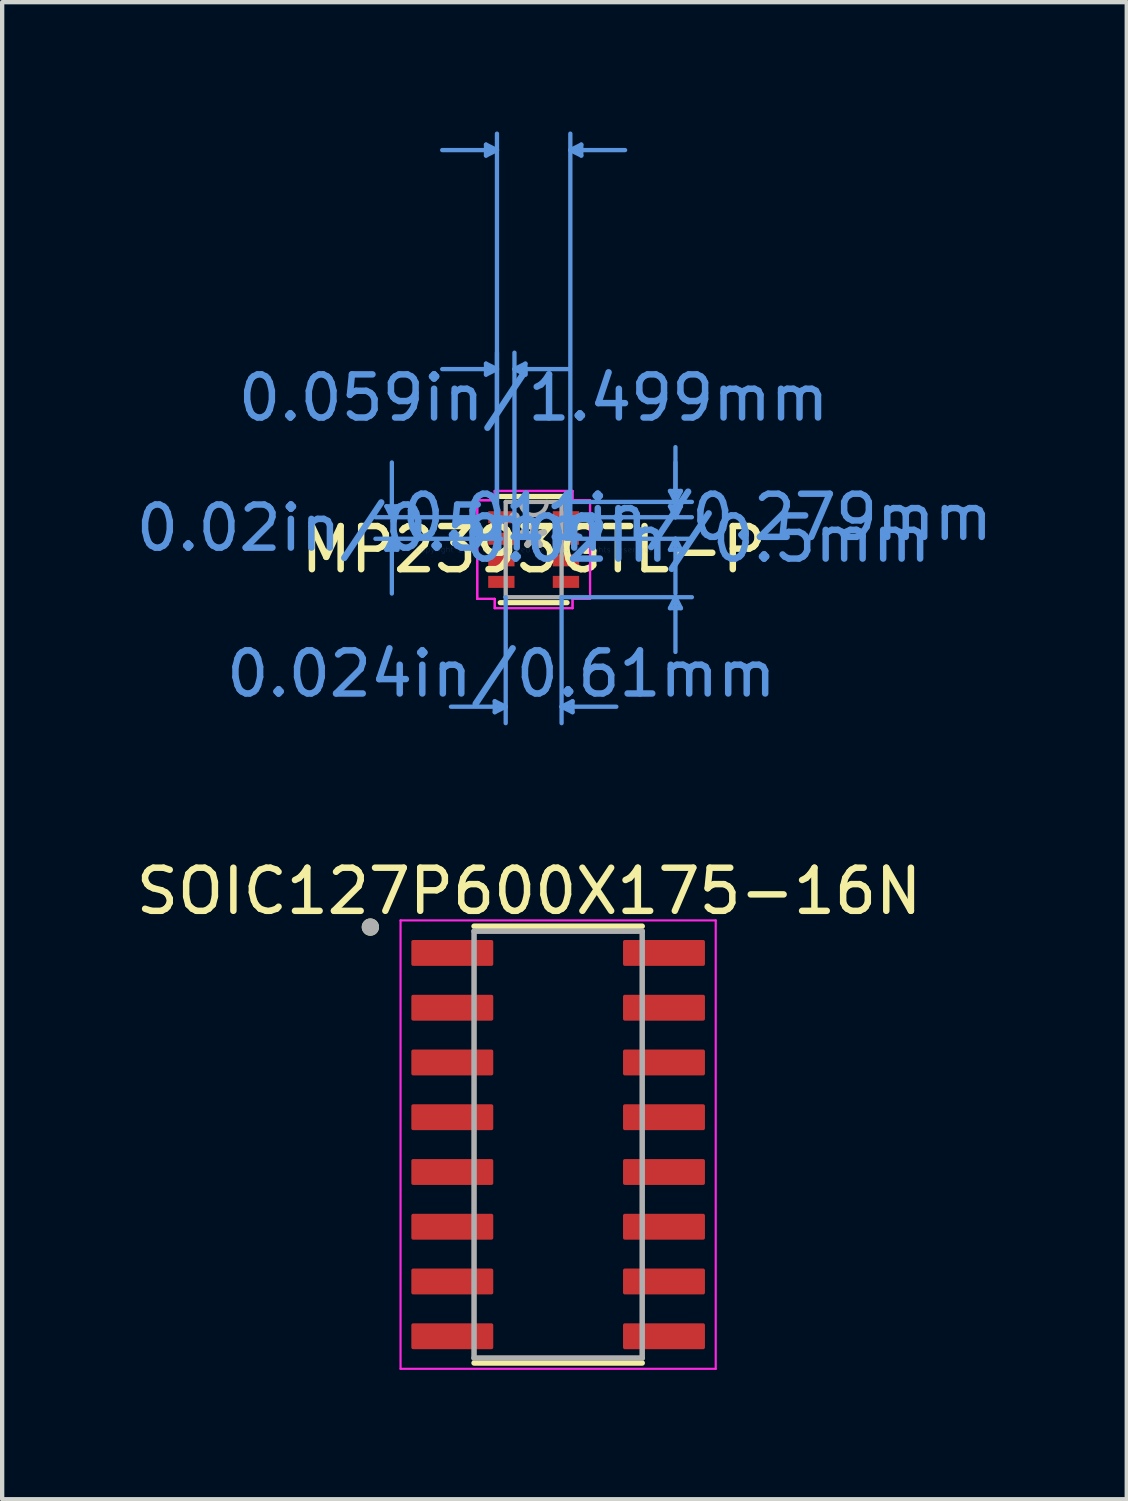
<source format=kicad_pcb>
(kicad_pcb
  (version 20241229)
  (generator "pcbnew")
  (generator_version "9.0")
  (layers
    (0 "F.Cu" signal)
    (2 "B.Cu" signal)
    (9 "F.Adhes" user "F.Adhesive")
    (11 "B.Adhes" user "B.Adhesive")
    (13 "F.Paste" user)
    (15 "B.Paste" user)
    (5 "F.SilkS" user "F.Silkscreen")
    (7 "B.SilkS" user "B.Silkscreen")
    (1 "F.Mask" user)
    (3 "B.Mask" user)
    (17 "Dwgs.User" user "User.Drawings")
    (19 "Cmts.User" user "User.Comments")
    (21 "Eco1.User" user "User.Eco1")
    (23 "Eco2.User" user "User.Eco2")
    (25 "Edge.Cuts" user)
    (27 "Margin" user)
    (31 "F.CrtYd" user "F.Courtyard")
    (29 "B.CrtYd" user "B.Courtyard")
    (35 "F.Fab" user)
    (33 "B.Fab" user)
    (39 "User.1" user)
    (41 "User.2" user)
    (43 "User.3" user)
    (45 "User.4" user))
  (footprint "SOIC127P600X175-16N"
    (layer "F.Cu")
    (at 9.895 23.497)
    (property "Reference" "SOIC127P600X175-16N" (at -0.675 -5.877 0) (layer "F.SilkS") (effects (font (size 1 1) (thickness 0.15))))
    (attr through_hole)
    (fp_line (start -1.95 -5.065) (end 1.95 -5.065) (stroke (width 0.127) (type solid)) (layer "F.SilkS"))
    (fp_line (start -1.95 5.065) (end 1.95 5.065) (stroke (width 0.127) (type solid)) (layer "F.SilkS"))
    (fp_circle (center -4.355 -5.045) (end -4.255 -5.045) (stroke (width 0.2) (type solid)) (fill no) (layer "F.SilkS"))
    (fp_line (start -3.655 -5.2) (end -3.655 5.2) (stroke (width 0.05) (type solid)) (layer "F.CrtYd"))
    (fp_line (start -3.655 -5.2) (end 3.655 -5.2) (stroke (width 0.05) (type solid)) (layer "F.CrtYd"))
    (fp_line (start -3.655 5.2) (end 3.655 5.2) (stroke (width 0.05) (type solid)) (layer "F.CrtYd"))
    (fp_line (start 3.655 -5.2) (end 3.655 5.2) (stroke (width 0.05) (type solid)) (layer "F.CrtYd"))
    (fp_line (start -1.95 -4.95) (end -1.95 4.95) (stroke (width 0.127) (type solid)) (layer "F.Fab"))
    (fp_line (start -1.95 -4.95) (end 1.95 -4.95) (stroke (width 0.127) (type solid)) (layer "F.Fab"))
    (fp_line (start -1.95 4.95) (end 1.95 4.95) (stroke (width 0.127) (type solid)) (layer "F.Fab"))
    (fp_line (start 1.95 -4.95) (end 1.95 4.95) (stroke (width 0.127) (type solid)) (layer "F.Fab"))
    (fp_circle (center -4.355 -5.045) (end -4.255 -5.045) (stroke (width 0.2) (type solid)) (fill no) (layer "F.Fab"))
    (pad "1" smd roundrect (at -2.455 -4.445) (size 1.9 0.6) (layers "F.Cu" "F.Mask" "F.Paste") (roundrect_rratio 0.07))
    (pad "2" smd roundrect (at -2.455 -3.175) (size 1.9 0.6) (layers "F.Cu" "F.Mask" "F.Paste") (roundrect_rratio 0.07))
    (pad "3" smd roundrect (at -2.455 -1.905) (size 1.9 0.6) (layers "F.Cu" "F.Mask" "F.Paste") (roundrect_rratio 0.07))
    (pad "4" smd roundrect (at -2.455 -0.635) (size 1.9 0.6) (layers "F.Cu" "F.Mask" "F.Paste") (roundrect_rratio 0.07))
    (pad "5" smd roundrect (at -2.455 0.635) (size 1.9 0.6) (layers "F.Cu" "F.Mask" "F.Paste") (roundrect_rratio 0.07))
    (pad "6" smd roundrect (at -2.455 1.905) (size 1.9 0.6) (layers "F.Cu" "F.Mask" "F.Paste") (roundrect_rratio 0.07))
    (pad "7" smd roundrect (at -2.455 3.175) (size 1.9 0.6) (layers "F.Cu" "F.Mask" "F.Paste") (roundrect_rratio 0.07))
    (pad "8" smd roundrect (at -2.455 4.445) (size 1.9 0.6) (layers "F.Cu" "F.Mask" "F.Paste") (roundrect_rratio 0.07))
    (pad "9" smd roundrect (at 2.455 4.445) (size 1.9 0.6) (layers "F.Cu" "F.Mask" "F.Paste") (roundrect_rratio 0.07))
    (pad "10" smd roundrect (at 2.455 3.175) (size 1.9 0.6) (layers "F.Cu" "F.Mask" "F.Paste") (roundrect_rratio 0.07))
    (pad "11" smd roundrect (at 2.455 1.905) (size 1.9 0.6) (layers "F.Cu" "F.Mask" "F.Paste") (roundrect_rratio 0.07))
    (pad "12" smd roundrect (at 2.455 0.635) (size 1.9 0.6) (layers "F.Cu" "F.Mask" "F.Paste") (roundrect_rratio 0.07))
    (pad "13" smd roundrect (at 2.455 -0.635) (size 1.9 0.6) (layers "F.Cu" "F.Mask" "F.Paste") (roundrect_rratio 0.07))
    (pad "14" smd roundrect (at 2.455 -1.905) (size 1.9 0.6) (layers "F.Cu" "F.Mask" "F.Paste") (roundrect_rratio 0.07))
    (pad "15" smd roundrect (at 2.455 -3.175) (size 1.9 0.6) (layers "F.Cu" "F.Mask" "F.Paste") (roundrect_rratio 0.07))
    (pad "16" smd roundrect (at 2.455 -4.445) (size 1.9 0.6) (layers "F.Cu" "F.Mask" "F.Paste") (roundrect_rratio 0.07)))
  (footprint "MP2393GTL-P"
    (layer "F.Cu")
    (at 9.327 9.696)
    (property "Reference" "MP2393GTL-P" (at 0 0 0) (layer "F.SilkS") (effects (font (size 1 1) (thickness 0.15))))
    (attr through_hole)
    (fp_line (start -0.775 1.232) (end 0.775 1.232) (stroke (width 0.12) (type solid)) (layer "F.SilkS"))
    (fp_line (start 0.775 -1.232) (end -0.775 -1.232) (stroke (width 0.12) (type solid)) (layer "F.SilkS"))
    (fp_line (start -3.416 -1.004) (end -3.162 -1.004) (stroke (width 0.1) (type solid)) (layer "Cmts.User"))
    (fp_line (start -3.416 0.004) (end -3.162 0.004) (stroke (width 0.1) (type solid)) (layer "Cmts.User"))
    (fp_line (start -3.289 -0.75) (end -3.416 -1.004) (stroke (width 0.1) (type solid)) (layer "Cmts.User"))
    (fp_line (start -3.289 -0.75) (end -3.289 -2.02) (stroke (width 0.1) (type solid)) (layer "Cmts.User"))
    (fp_line (start -3.289 -0.75) (end -3.162 -1.004) (stroke (width 0.1) (type solid)) (layer "Cmts.User"))
    (fp_line (start -3.289 -0.25) (end -3.416 0.004) (stroke (width 0.1) (type solid)) (layer "Cmts.User"))
    (fp_line (start -3.289 -0.25) (end -3.289 1.02) (stroke (width 0.1) (type solid)) (layer "Cmts.User"))
    (fp_line (start -3.289 -0.25) (end -3.162 0.004) (stroke (width 0.1) (type solid)) (layer "Cmts.User"))
    (fp_line (start -1.105 -9.392) (end -1.105 -9.138) (stroke (width 0.1) (type solid)) (layer "Cmts.User"))
    (fp_line (start -1.105 -4.312) (end -1.105 -4.058) (stroke (width 0.1) (type solid)) (layer "Cmts.User"))
    (fp_line (start -0.902 3.518) (end -0.902 3.772) (stroke (width 0.1) (type solid)) (layer "Cmts.User"))
    (fp_line (start -0.851 -9.265) (end -2.121 -9.265) (stroke (width 0.1) (type solid)) (layer "Cmts.User"))
    (fp_line (start -0.851 -9.265) (end -1.105 -9.392) (stroke (width 0.1) (type solid)) (layer "Cmts.User"))
    (fp_line (start -0.851 -9.265) (end -1.105 -9.138) (stroke (width 0.1) (type solid)) (layer "Cmts.User"))
    (fp_line (start -0.851 -4.185) (end -2.121 -4.185) (stroke (width 0.1) (type solid)) (layer "Cmts.User"))
    (fp_line (start -0.851 -4.185) (end -1.105 -4.312) (stroke (width 0.1) (type solid)) (layer "Cmts.User"))
    (fp_line (start -0.851 -4.185) (end -1.105 -4.058) (stroke (width 0.1) (type solid)) (layer "Cmts.User"))
    (fp_line (start -0.851 -0.375) (end -0.851 -9.646) (stroke (width 0.1) (type solid)) (layer "Cmts.User"))
    (fp_line (start -0.851 -0.375) (end -0.851 -4.566) (stroke (width 0.1) (type solid)) (layer "Cmts.User"))
    (fp_line (start -0.749 -0.75) (end -3.67 -0.75) (stroke (width 0.1) (type solid)) (layer "Cmts.User"))
    (fp_line (start -0.749 -0.25) (end -3.67 -0.25) (stroke (width 0.1) (type solid)) (layer "Cmts.User"))
    (fp_line (start -0.648 1.105) (end -0.648 4.026) (stroke (width 0.1) (type solid)) (layer "Cmts.User"))
    (fp_line (start -0.648 3.645) (end -1.918 3.645) (stroke (width 0.1) (type solid)) (layer "Cmts.User"))
    (fp_line (start -0.648 3.645) (end -0.902 3.518) (stroke (width 0.1) (type solid)) (layer "Cmts.User"))
    (fp_line (start -0.648 3.645) (end -0.902 3.772) (stroke (width 0.1) (type solid)) (layer "Cmts.User"))
    (fp_line (start -0.445 -4.185) (end -0.191 -4.312) (stroke (width 0.1) (type solid)) (layer "Cmts.User"))
    (fp_line (start -0.445 -4.185) (end -0.191 -4.058) (stroke (width 0.1) (type solid)) (layer "Cmts.User"))
    (fp_line (start -0.445 -4.185) (end 0.826 -4.185) (stroke (width 0.1) (type solid)) (layer "Cmts.User"))
    (fp_line (start -0.445 -0.375) (end -0.445 -4.566) (stroke (width 0.1) (type solid)) (layer "Cmts.User"))
    (fp_line (start -0.191 -4.312) (end -0.191 -4.058) (stroke (width 0.1) (type solid)) (layer "Cmts.User"))
    (fp_line (start 0.648 -1.105) (end 3.67 -1.105) (stroke (width 0.1) (type solid)) (layer "Cmts.User"))
    (fp_line (start 0.648 1.105) (end 0.648 4.026) (stroke (width 0.1) (type solid)) (layer "Cmts.User"))
    (fp_line (start 0.648 1.105) (end 3.67 1.105) (stroke (width 0.1) (type solid)) (layer "Cmts.User"))
    (fp_line (start 0.648 3.645) (end 0.902 3.518) (stroke (width 0.1) (type solid)) (layer "Cmts.User"))
    (fp_line (start 0.648 3.645) (end 0.902 3.772) (stroke (width 0.1) (type solid)) (layer "Cmts.User"))
    (fp_line (start 0.648 3.645) (end 1.918 3.645) (stroke (width 0.1) (type solid)) (layer "Cmts.User"))
    (fp_line (start 0.749 -0.75) (end 3.67 -0.75) (stroke (width 0.1) (type solid)) (layer "Cmts.User"))
    (fp_line (start 0.749 -0.25) (end 3.67 -0.25) (stroke (width 0.1) (type solid)) (layer "Cmts.User"))
    (fp_line (start 0.851 -9.265) (end 1.105 -9.392) (stroke (width 0.1) (type solid)) (layer "Cmts.User"))
    (fp_line (start 0.851 -9.265) (end 1.105 -9.138) (stroke (width 0.1) (type solid)) (layer "Cmts.User"))
    (fp_line (start 0.851 -9.265) (end 2.121 -9.265) (stroke (width 0.1) (type solid)) (layer "Cmts.User"))
    (fp_line (start 0.851 -0.375) (end 0.851 -9.646) (stroke (width 0.1) (type solid)) (layer "Cmts.User"))
    (fp_line (start 0.902 3.518) (end 0.902 3.772) (stroke (width 0.1) (type solid)) (layer "Cmts.User"))
    (fp_line (start 1.105 -9.392) (end 1.105 -9.138) (stroke (width 0.1) (type solid)) (layer "Cmts.User"))
    (fp_line (start 3.162 -1.359) (end 3.416 -1.359) (stroke (width 0.1) (type solid)) (layer "Cmts.User"))
    (fp_line (start 3.162 -1.004) (end 3.416 -1.004) (stroke (width 0.1) (type solid)) (layer "Cmts.User"))
    (fp_line (start 3.162 0.004) (end 3.416 0.004) (stroke (width 0.1) (type solid)) (layer "Cmts.User"))
    (fp_line (start 3.162 1.359) (end 3.416 1.359) (stroke (width 0.1) (type solid)) (layer "Cmts.User"))
    (fp_line (start 3.289 -1.105) (end 3.162 -1.359) (stroke (width 0.1) (type solid)) (layer "Cmts.User"))
    (fp_line (start 3.289 -1.105) (end 3.289 -2.375) (stroke (width 0.1) (type solid)) (layer "Cmts.User"))
    (fp_line (start 3.289 -1.105) (end 3.416 -1.359) (stroke (width 0.1) (type solid)) (layer "Cmts.User"))
    (fp_line (start 3.289 -0.75) (end 3.162 -1.004) (stroke (width 0.1) (type solid)) (layer "Cmts.User"))
    (fp_line (start 3.289 -0.75) (end 3.289 -2.02) (stroke (width 0.1) (type solid)) (layer "Cmts.User"))
    (fp_line (start 3.289 -0.75) (end 3.416 -1.004) (stroke (width 0.1) (type solid)) (layer "Cmts.User"))
    (fp_line (start 3.289 -0.25) (end 3.162 0.004) (stroke (width 0.1) (type solid)) (layer "Cmts.User"))
    (fp_line (start 3.289 -0.25) (end 3.289 1.02) (stroke (width 0.1) (type solid)) (layer "Cmts.User"))
    (fp_line (start 3.289 -0.25) (end 3.416 0.004) (stroke (width 0.1) (type solid)) (layer "Cmts.User"))
    (fp_line (start 3.289 1.105) (end 3.162 1.359) (stroke (width 0.1) (type solid)) (layer "Cmts.User"))
    (fp_line (start 3.289 1.105) (end 3.289 2.375) (stroke (width 0.1) (type solid)) (layer "Cmts.User"))
    (fp_line (start 3.289 1.105) (end 3.416 1.359) (stroke (width 0.1) (type solid)) (layer "Cmts.User"))
    (fp_line (start -1.308 -1.144) (end -0.902 -1.144) (stroke (width 0.05) (type solid)) (layer "F.CrtYd"))
    (fp_line (start -1.308 -1.144) (end -0.902 -1.144) (stroke (width 0.05) (type solid)) (layer "F.CrtYd"))
    (fp_line (start -1.308 1.144) (end -1.308 -1.144) (stroke (width 0.05) (type solid)) (layer "F.CrtYd"))
    (fp_line (start -1.308 1.144) (end -1.308 -1.144) (stroke (width 0.05) (type solid)) (layer "F.CrtYd"))
    (fp_line (start -0.902 -1.359) (end 0.902 -1.359) (stroke (width 0.05) (type solid)) (layer "F.CrtYd"))
    (fp_line (start -0.902 -1.359) (end 0.902 -1.359) (stroke (width 0.05) (type solid)) (layer "F.CrtYd"))
    (fp_line (start -0.902 -1.144) (end -0.902 -1.359) (stroke (width 0.05) (type solid)) (layer "F.CrtYd"))
    (fp_line (start -0.902 -1.144) (end -0.902 -1.359) (stroke (width 0.05) (type solid)) (layer "F.CrtYd"))
    (fp_line (start -0.902 1.144) (end -1.308 1.144) (stroke (width 0.05) (type solid)) (layer "F.CrtYd"))
    (fp_line (start -0.902 1.144) (end -1.308 1.144) (stroke (width 0.05) (type solid)) (layer "F.CrtYd"))
    (fp_line (start -0.902 1.359) (end -0.902 1.144) (stroke (width 0.05) (type solid)) (layer "F.CrtYd"))
    (fp_line (start -0.902 1.359) (end -0.902 1.144) (stroke (width 0.05) (type solid)) (layer "F.CrtYd"))
    (fp_line (start 0.902 -1.359) (end 0.902 -1.144) (stroke (width 0.05) (type solid)) (layer "F.CrtYd"))
    (fp_line (start 0.902 -1.359) (end 0.902 -1.144) (stroke (width 0.05) (type solid)) (layer "F.CrtYd"))
    (fp_line (start 0.902 -1.144) (end 1.308 -1.144) (stroke (width 0.05) (type solid)) (layer "F.CrtYd"))
    (fp_line (start 0.902 -1.144) (end 1.308 -1.144) (stroke (width 0.05) (type solid)) (layer "F.CrtYd"))
    (fp_line (start 0.902 1.144) (end 0.902 1.359) (stroke (width 0.05) (type solid)) (layer "F.CrtYd"))
    (fp_line (start 0.902 1.144) (end 0.902 1.359) (stroke (width 0.05) (type solid)) (layer "F.CrtYd"))
    (fp_line (start 0.902 1.359) (end -0.902 1.359) (stroke (width 0.05) (type solid)) (layer "F.CrtYd"))
    (fp_line (start 0.902 1.359) (end -0.902 1.359) (stroke (width 0.05) (type solid)) (layer "F.CrtYd"))
    (fp_line (start 1.308 -1.144) (end 1.308 1.144) (stroke (width 0.05) (type solid)) (layer "F.CrtYd"))
    (fp_line (start 1.308 -1.144) (end 1.308 1.144) (stroke (width 0.05) (type solid)) (layer "F.CrtYd"))
    (fp_line (start 1.308 1.144) (end 0.902 1.144) (stroke (width 0.05) (type solid)) (layer "F.CrtYd"))
    (fp_line (start 1.308 1.144) (end 0.902 1.144) (stroke (width 0.05) (type solid)) (layer "F.CrtYd"))
    (fp_line (start -0.648 -1.105) (end -0.648 1.105) (stroke (width 0.1) (type solid)) (layer "F.Fab"))
    (fp_line (start -0.648 1.105) (end 0.648 1.105) (stroke (width 0.1) (type solid)) (layer "F.Fab"))
    (fp_line (start 0.648 -1.105) (end -0.648 -1.105) (stroke (width 0.1) (type solid)) (layer "F.Fab"))
    (fp_line (start 0.648 1.105) (end 0.648 -1.105) (stroke (width 0.1) (type solid)) (layer "F.Fab"))
    (fp_arc (start 0.3048 -1.1049) (mid 0 -0.8001) (end -0.3048 -1.1049) (stroke (width 0.1) (type solid)) (layer "F.Fab"))
    (fp_circle (center -0.445 -0.75) (end -0.368 -0.75) (stroke (width 0.1) (type solid)) (fill no) (layer "F.Fab"))
    (fp_text user "*" (at 0 0 0) (layer "F.SilkS") (effects (font (size 1 1) (thickness 0.15))))
    (fp_text user "0.02in/0.5mm" (at -3.797 -0.5 0) (layer "Cmts.User") (effects (font (size 1 1) (thickness 0.15))))
    (fp_text user "0.02in/0.5mm" (at 3.797 -0.246 0) (layer "Cmts.User") (effects (font (size 1 1) (thickness 0.15))))
    (fp_text user "0.011in/0.279mm" (at 3.797 -0.75 0) (layer "Cmts.User") (effects (font (size 1 1) (thickness 0.15))))
    (fp_text user "0.059in/1.499mm" (at 0 -3.518 0) (layer "Cmts.User") (effects (font (size 1 1) (thickness 0.15))))
    (fp_text user "Copyright 2021 Accelerated Designs. All rights reserved." (at 0 0 0) (layer "Cmts.User") (effects (font (size 0.127 0.127) (thickness 0.002))))
    (fp_text user "0.024in/0.61mm" (at -0.749 2.883 0) (layer "Cmts.User") (effects (font (size 1 1) (thickness 0.15))))
    (fp_text user "*" (at 0 0 0) (layer "F.Fab") (effects (font (size 1 1) (thickness 0.15))))
    (pad "1" smd rect (at -0.749 -0.75) (size 0.61 0.279) (layers "F.Cu" "F.Mask" "F.Paste"))
    (pad "2" smd rect (at -0.749 -0.25) (size 0.61 0.279) (layers "F.Cu" "F.Mask" "F.Paste"))
    (pad "3" smd rect (at -0.749 0.25) (size 0.61 0.279) (layers "F.Cu" "F.Mask" "F.Paste"))
    (pad "4" smd rect (at -0.749 0.75) (size 0.61 0.279) (layers "F.Cu" "F.Mask" "F.Paste"))
    (pad "5" smd rect (at 0.749 0.75) (size 0.61 0.279) (layers "F.Cu" "F.Mask" "F.Paste"))
    (pad "6" smd rect (at 0.749 0.25) (size 0.61 0.279) (layers "F.Cu" "F.Mask" "F.Paste"))
    (pad "7" smd rect (at 0.749 -0.25) (size 0.61 0.279) (layers "F.Cu" "F.Mask" "F.Paste"))
    (pad "8" smd rect (at 0.749 -0.75) (size 0.61 0.279) (layers "F.Cu" "F.Mask" "F.Paste")))
  (gr_rect
    (start -3 -3)
    (end 23.083 31.722)
    (stroke (width 0.1) (type default))
    (fill no)
    (layer "Edge.Cuts")))
</source>
